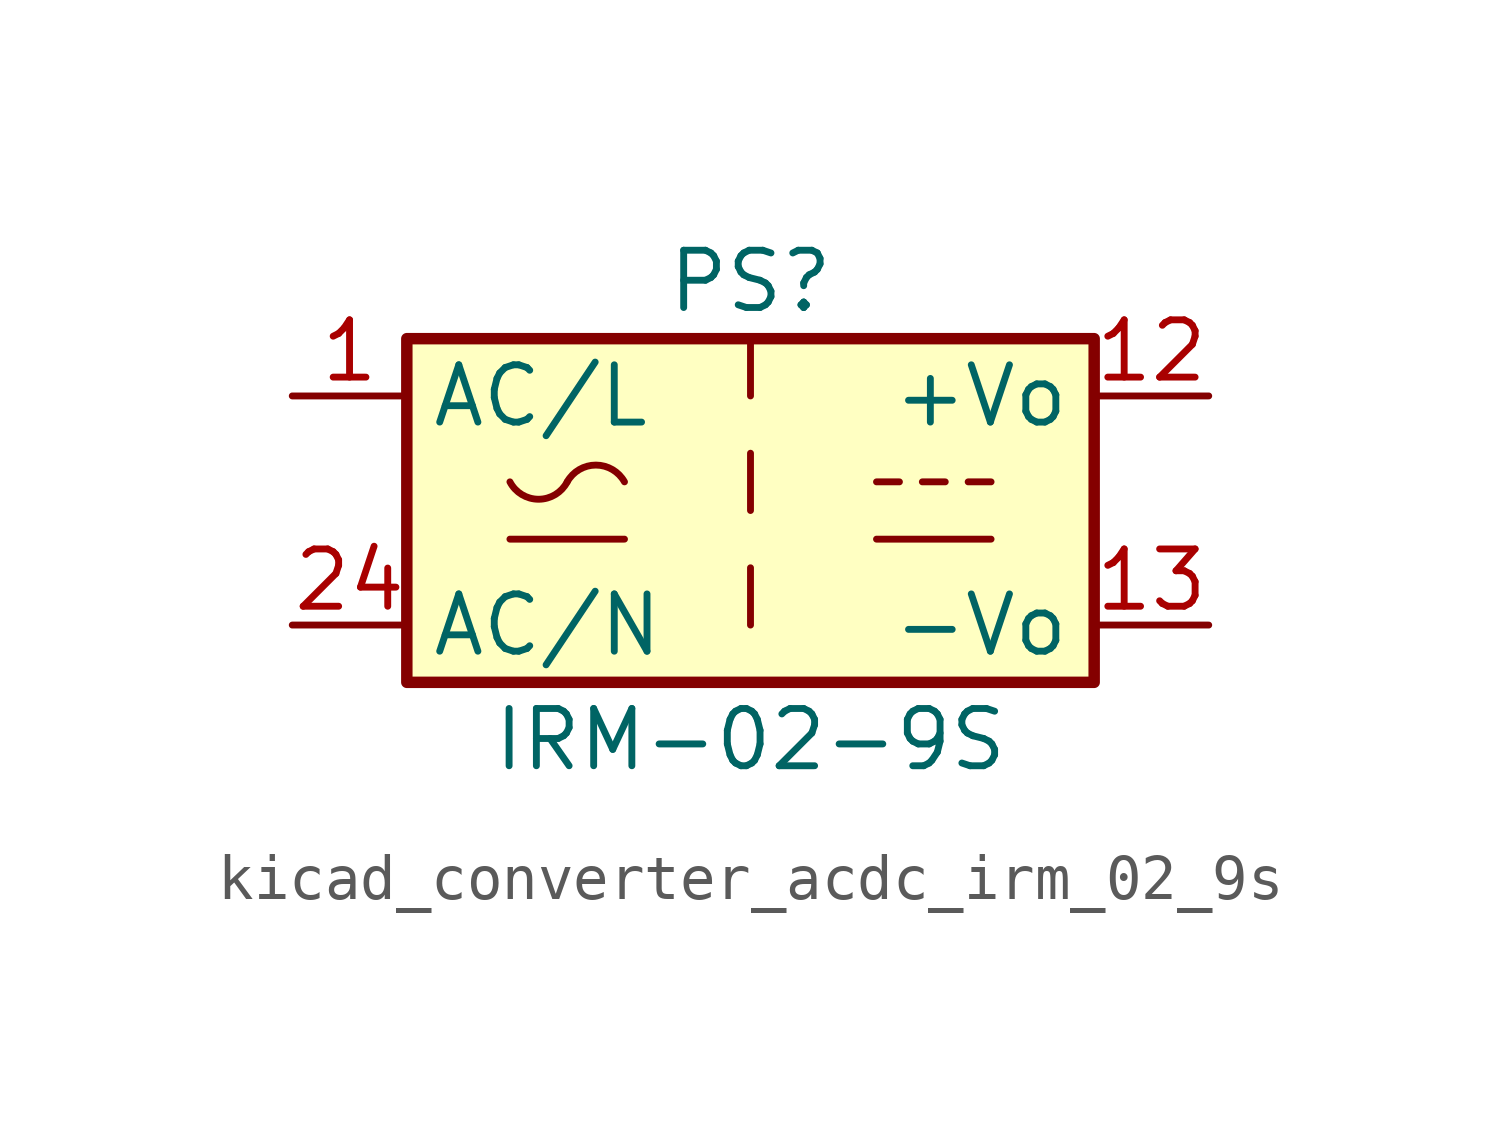
<source format=kicad_sym>
(kicad_symbol_lib
  (version 20220914)
  (generator kicad_symbol_editor)
  (symbol "kicad_converter_acdc_irm_02_9s"
    (property "Reference" "PS"
      (at 0 5.08 0)
      (effects (font (size 1.27 1.27))))
    (property "Value" "IRM-02-9S"
      (at 0 -5.08 0)
      (effects (font (size 1.27 1.27))))
    (symbol "kicad_converter_acdc_irm_02_9s_1_1"
      (rectangle (start -7.62 3.81) (end 7.62 -3.81) (stroke (width 0.254) (type default)) (fill (type background)))
      (arc (start -5.334 0.635) (mid -4.699 0.2495) (end -4.064 0.635) (stroke (width 0) (type default)) (fill (type none)))
      (arc (start -2.794 0.635) (mid -3.429 1.0072) (end -4.064 0.635) (stroke (width 0) (type default)) (fill (type none)))
      (polyline (pts (xy -5.334 -0.635) (xy -2.794 -0.635)) (stroke (width 0) (type default)) (fill (type none)))
      (polyline (pts (xy 0 -1.27) (xy 0 -2.54)) (stroke (width 0) (type default)) (fill (type none)))
      (polyline (pts (xy 0 1.27) (xy 0 0)) (stroke (width 0) (type default)) (fill (type none)))
      (polyline (pts (xy 0 3.81) (xy 0 2.54)) (stroke (width 0) (type default)) (fill (type none)))
      (polyline (pts (xy 2.794 -0.635) (xy 5.334 -0.635)) (stroke (width 0) (type default)) (fill (type none)))
      (polyline (pts (xy 2.794 0.635) (xy 3.302 0.635)) (stroke (width 0) (type default)) (fill (type none)))
      (polyline (pts (xy 3.81 0.635) (xy 4.318 0.635)) (stroke (width 0) (type default)) (fill (type none)))
      (polyline (pts (xy 4.826 0.635) (xy 5.334 0.635)) (stroke (width 0) (type default)) (fill (type none)))
      (pin power_in line (at -10.16 2.54 0) (length 2.54) (name "AC/L" (effects (font (size 1.27 1.27)))) (number "1" (effects (font (size 1.27 1.27)))))
      (pin power_out line (at 10.16 2.54 180) (length 2.54) (name "+Vo" (effects (font (size 1.27 1.27)))) (number "12" (effects (font (size 1.27 1.27)))))
      (pin power_out line (at 10.16 -2.54 180) (length 2.54) (name "-Vo" (effects (font (size 1.27 1.27)))) (number "13" (effects (font (size 1.27 1.27)))))
      (pin power_in line (at -10.16 -2.54 0) (length 2.54) (name "AC/N" (effects (font (size 1.27 1.27)))) (number "24" (effects (font (size 1.27 1.27))))))))
</source>
